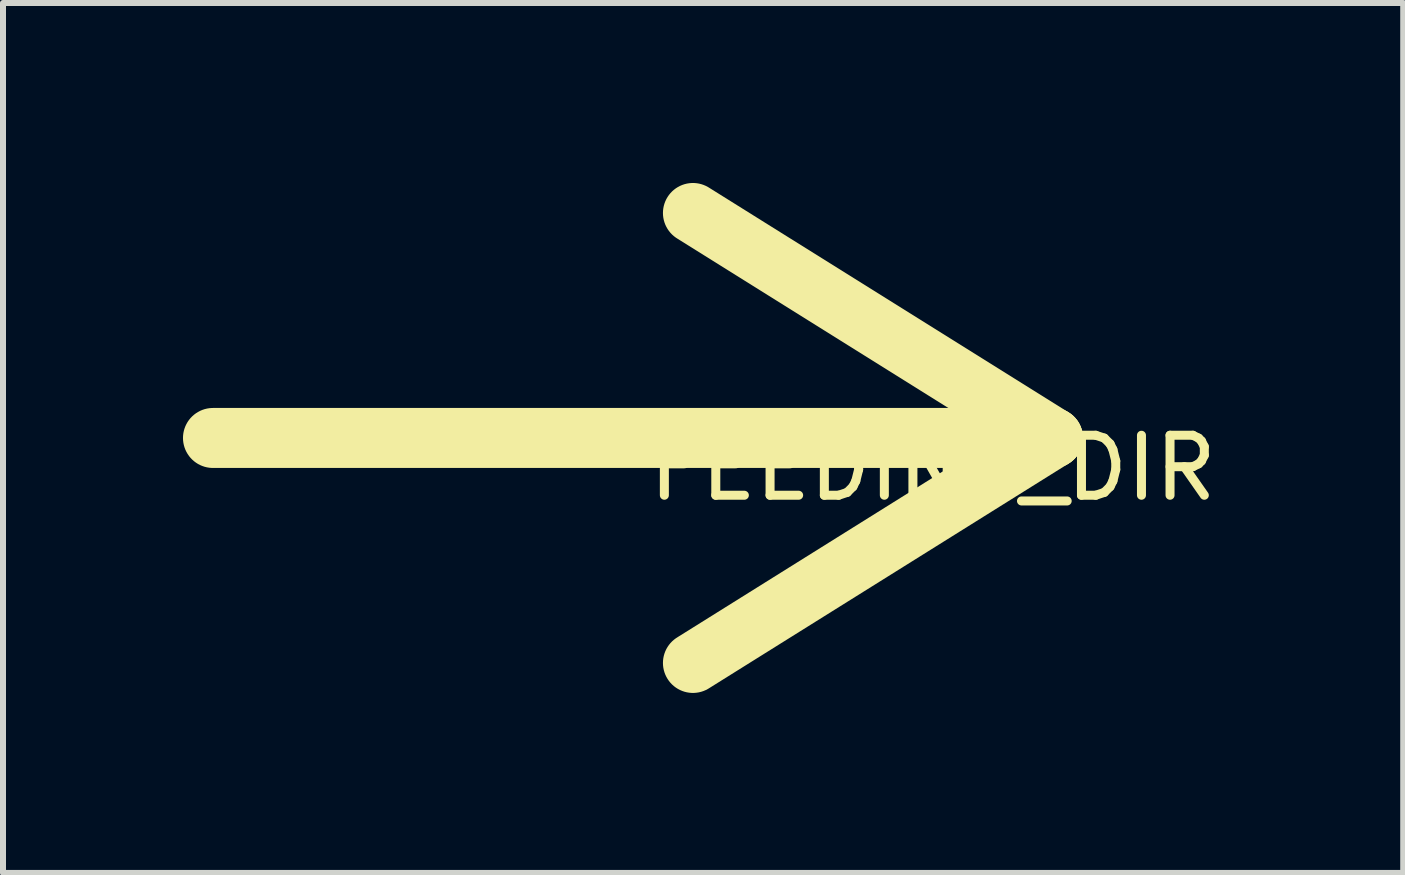
<source format=kicad_pcb>
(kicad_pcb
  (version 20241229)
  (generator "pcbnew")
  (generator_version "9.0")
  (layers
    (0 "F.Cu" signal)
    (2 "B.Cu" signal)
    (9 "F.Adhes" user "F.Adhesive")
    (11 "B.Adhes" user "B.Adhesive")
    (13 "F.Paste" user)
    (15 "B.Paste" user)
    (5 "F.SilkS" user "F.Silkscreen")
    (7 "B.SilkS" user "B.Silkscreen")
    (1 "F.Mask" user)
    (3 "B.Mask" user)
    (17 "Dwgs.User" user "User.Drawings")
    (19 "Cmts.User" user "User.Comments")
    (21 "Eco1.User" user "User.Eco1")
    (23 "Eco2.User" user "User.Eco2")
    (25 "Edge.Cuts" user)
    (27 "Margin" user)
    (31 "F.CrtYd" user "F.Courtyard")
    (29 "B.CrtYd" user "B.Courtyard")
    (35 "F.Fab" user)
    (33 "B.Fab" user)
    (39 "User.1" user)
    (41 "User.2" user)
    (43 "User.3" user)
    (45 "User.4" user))
  (footprint "FEEDING_DIR"
    (layer "F.Cu")
    (at 12.5 4.25)
    (property "Reference" "FEEDING_DIR" (at 0 0.5 0) (layer "F.SilkS") (effects (font (size 1 1) (thickness 0.15))))
    (attr through_hole)
    (fp_line (start -12 0) (end 2 0) (stroke (width 1) (type solid)) (layer "F.SilkS"))
    (fp_line (start 2 0) (end -4 -3.75) (stroke (width 1) (type solid)) (layer "F.SilkS"))
    (fp_line (start 2 0) (end -4 3.75) (stroke (width 1) (type solid)) (layer "F.SilkS")))
  (gr_rect
    (start -3 -3)
    (end 20.339 11.5)
    (stroke (width 0.1) (type default))
    (fill no)
    (layer "Edge.Cuts")))
</source>
